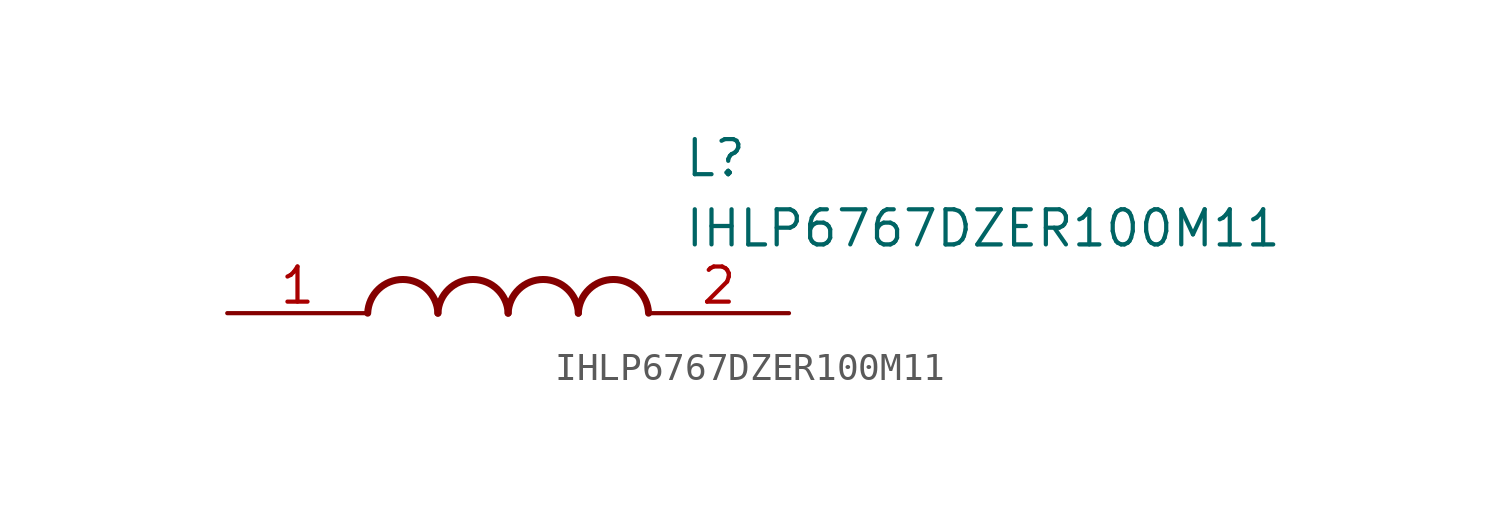
<source format=kicad_sym>
(kicad_symbol_lib
  (version 20211014)
  (generator SamacSys_ECAD_Model)
  (symbol "IHLP6767DZER100M11"
    (pin_names hide)
    (property "Reference" "L"
      (at 16.51 6.35 0)
      (effects (font (size 1.27 1.27)) (justify left top)))
    (property "Value" "IHLP6767DZER100M11"
      (at 16.51 3.81 0)
      (effects (font (size 1.27 1.27)) (justify left top)))
    (arc
      (start 7.62 0)
      (mid 6.35 1.219)
      (end 5.08 0)
      (stroke (width 0.254) (type default))
      (fill (type none)))
    (arc
      (start 10.16 0)
      (mid 8.89 1.219)
      (end 7.62 0)
      (stroke (width 0.254) (type default))
      (fill (type none)))
    (arc
      (start 12.7 0)
      (mid 11.43 1.219)
      (end 10.16 0)
      (stroke (width 0.254) (type default))
      (fill (type none)))
    (arc
      (start 15.24 0)
      (mid 13.97 1.219)
      (end 12.7 0)
      (stroke (width 0.254) (type default))
      (fill (type none)))
    (pin passive line
      (at 0 0 0)
      (length 5.08)
      (name "1" (effects (font (size 1.27 1.27))))
      (number "1" (effects (font (size 1.27 1.27)))))
    (pin passive line
      (at 20.32 0 180)
      (length 5.08)
      (name "2" (effects (font (size 1.27 1.27))))
      (number "2" (effects (font (size 1.27 1.27)))))))
</source>
